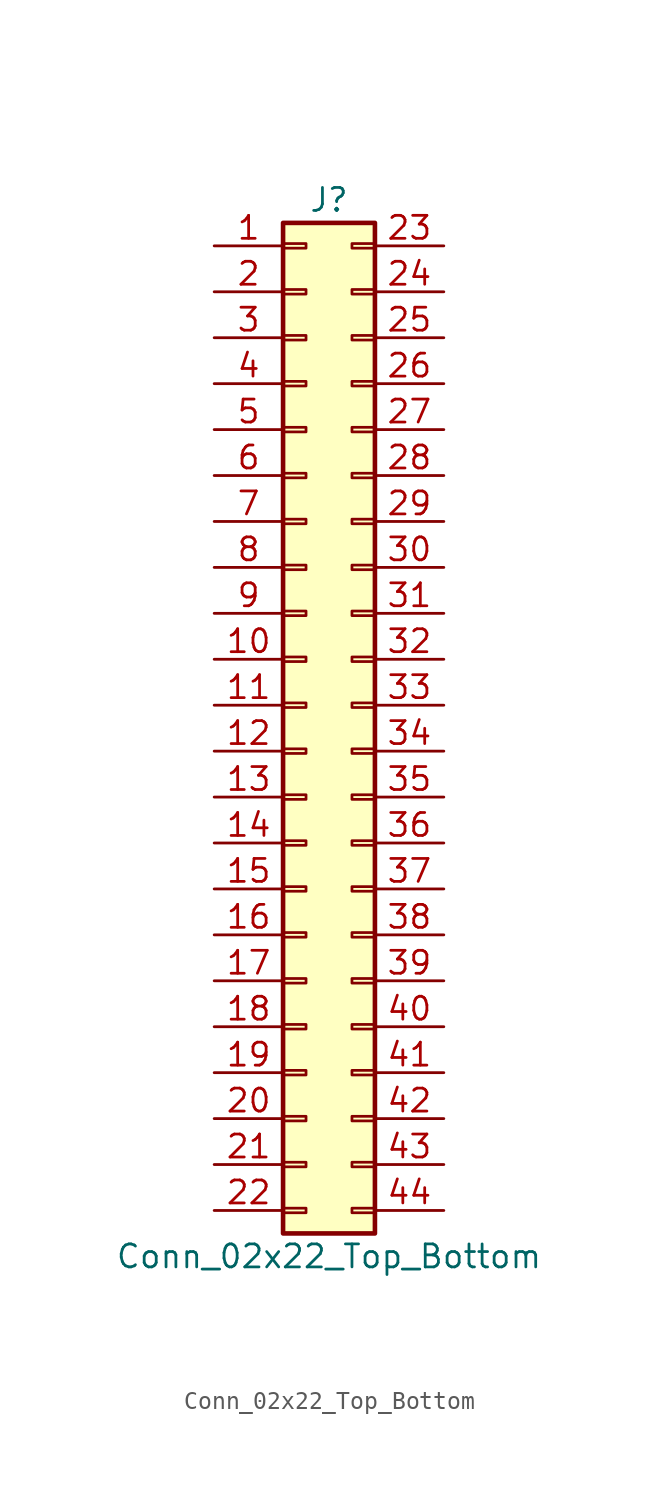
<source format=kicad_sym>
(kicad_symbol_lib
  (version 20201005)
  (generator kicad_symbol_editor)
  (symbol "Conn_02x22_Top_Bottom"
    (pin_names
      (offset 1.016) hide)
    (property "Reference" "J"
      (at 1.27 27.94 0)
      (effects (font (size 1.27 1.27))))
    (property "Value" "Conn_02x22_Top_Bottom"
      (at 1.27 -30.48 0)
      (effects (font (size 1.27 1.27))))
    (symbol "Conn_02x22_Top_Bottom_1_1"
      (rectangle (start -1.27 -27.813) (end 0 -28.067) (stroke (width 0.152)) (fill (type none)))
      (rectangle (start -1.27 -25.273) (end 0 -25.527) (stroke (width 0.152)) (fill (type none)))
      (rectangle (start -1.27 -22.733) (end 0 -22.987) (stroke (width 0.152)) (fill (type none)))
      (rectangle (start -1.27 -20.193) (end 0 -20.447) (stroke (width 0.152)) (fill (type none)))
      (rectangle (start -1.27 -17.653) (end 0 -17.907) (stroke (width 0.152)) (fill (type none)))
      (rectangle (start -1.27 -15.113) (end 0 -15.367) (stroke (width 0.152)) (fill (type none)))
      (rectangle (start -1.27 -12.573) (end 0 -12.827) (stroke (width 0.152)) (fill (type none)))
      (rectangle (start -1.27 -10.033) (end 0 -10.287) (stroke (width 0.152)) (fill (type none)))
      (rectangle (start -1.27 -7.493) (end 0 -7.747) (stroke (width 0.152)) (fill (type none)))
      (rectangle (start -1.27 -4.953) (end 0 -5.207) (stroke (width 0.152)) (fill (type none)))
      (rectangle (start -1.27 -2.413) (end 0 -2.667) (stroke (width 0.152)) (fill (type none)))
      (rectangle (start -1.27 0.127) (end 0 -0.127) (stroke (width 0.152)) (fill (type none)))
      (rectangle (start -1.27 2.667) (end 0 2.413) (stroke (width 0.152)) (fill (type none)))
      (rectangle (start -1.27 5.207) (end 0 4.953) (stroke (width 0.152)) (fill (type none)))
      (rectangle (start -1.27 7.747) (end 0 7.493) (stroke (width 0.152)) (fill (type none)))
      (rectangle (start -1.27 10.287) (end 0 10.033) (stroke (width 0.152)) (fill (type none)))
      (rectangle (start -1.27 12.827) (end 0 12.573) (stroke (width 0.152)) (fill (type none)))
      (rectangle (start -1.27 15.367) (end 0 15.113) (stroke (width 0.152)) (fill (type none)))
      (rectangle (start -1.27 17.907) (end 0 17.653) (stroke (width 0.152)) (fill (type none)))
      (rectangle (start -1.27 20.447) (end 0 20.193) (stroke (width 0.152)) (fill (type none)))
      (rectangle (start -1.27 22.987) (end 0 22.733) (stroke (width 0.152)) (fill (type none)))
      (rectangle (start -1.27 25.527) (end 0 25.273) (stroke (width 0.152)) (fill (type none)))
      (rectangle (start 3.81 -27.813) (end 2.54 -28.067) (stroke (width 0.152)) (fill (type none)))
      (rectangle (start 3.81 -25.273) (end 2.54 -25.527) (stroke (width 0.152)) (fill (type none)))
      (rectangle (start 3.81 -22.733) (end 2.54 -22.987) (stroke (width 0.152)) (fill (type none)))
      (rectangle (start 3.81 -20.193) (end 2.54 -20.447) (stroke (width 0.152)) (fill (type none)))
      (rectangle (start 3.81 -17.653) (end 2.54 -17.907) (stroke (width 0.152)) (fill (type none)))
      (rectangle (start 3.81 -15.113) (end 2.54 -15.367) (stroke (width 0.152)) (fill (type none)))
      (rectangle (start 3.81 -12.573) (end 2.54 -12.827) (stroke (width 0.152)) (fill (type none)))
      (rectangle (start 3.81 -10.033) (end 2.54 -10.287) (stroke (width 0.152)) (fill (type none)))
      (rectangle (start 3.81 -7.493) (end 2.54 -7.747) (stroke (width 0.152)) (fill (type none)))
      (rectangle (start 3.81 -4.953) (end 2.54 -5.207) (stroke (width 0.152)) (fill (type none)))
      (rectangle (start 3.81 -2.413) (end 2.54 -2.667) (stroke (width 0.152)) (fill (type none)))
      (rectangle (start 3.81 0.127) (end 2.54 -0.127) (stroke (width 0.152)) (fill (type none)))
      (rectangle (start 3.81 2.667) (end 2.54 2.413) (stroke (width 0.152)) (fill (type none)))
      (rectangle (start 3.81 5.207) (end 2.54 4.953) (stroke (width 0.152)) (fill (type none)))
      (rectangle (start 3.81 7.747) (end 2.54 7.493) (stroke (width 0.152)) (fill (type none)))
      (rectangle (start 3.81 10.287) (end 2.54 10.033) (stroke (width 0.152)) (fill (type none)))
      (rectangle (start 3.81 12.827) (end 2.54 12.573) (stroke (width 0.152)) (fill (type none)))
      (rectangle (start 3.81 15.367) (end 2.54 15.113) (stroke (width 0.152)) (fill (type none)))
      (rectangle (start 3.81 17.907) (end 2.54 17.653) (stroke (width 0.152)) (fill (type none)))
      (rectangle (start 3.81 20.447) (end 2.54 20.193) (stroke (width 0.152)) (fill (type none)))
      (rectangle (start 3.81 22.987) (end 2.54 22.733) (stroke (width 0.152)) (fill (type none)))
      (rectangle (start 3.81 25.527) (end 2.54 25.273) (stroke (width 0.152)) (fill (type none)))
      (rectangle (start -1.27 26.67) (end 3.81 -29.21) (stroke (width 0.254)) (fill (type background)))
      (pin passive line (at -5.08 25.4 0) (length 3.81) (name "Pin_1" (effects (font (size 1.27 1.27)))) (number "1" (effects (font (size 1.27 1.27)))))
      (pin passive line (at -5.08 2.54 0) (length 3.81) (name "Pin_10" (effects (font (size 1.27 1.27)))) (number "10" (effects (font (size 1.27 1.27)))))
      (pin passive line (at -5.08 0 0) (length 3.81) (name "Pin_11" (effects (font (size 1.27 1.27)))) (number "11" (effects (font (size 1.27 1.27)))))
      (pin passive line (at -5.08 -2.54 0) (length 3.81) (name "Pin_12" (effects (font (size 1.27 1.27)))) (number "12" (effects (font (size 1.27 1.27)))))
      (pin passive line (at -5.08 -5.08 0) (length 3.81) (name "Pin_13" (effects (font (size 1.27 1.27)))) (number "13" (effects (font (size 1.27 1.27)))))
      (pin passive line (at -5.08 -7.62 0) (length 3.81) (name "Pin_14" (effects (font (size 1.27 1.27)))) (number "14" (effects (font (size 1.27 1.27)))))
      (pin passive line (at -5.08 -10.16 0) (length 3.81) (name "Pin_15" (effects (font (size 1.27 1.27)))) (number "15" (effects (font (size 1.27 1.27)))))
      (pin passive line (at -5.08 -12.7 0) (length 3.81) (name "Pin_16" (effects (font (size 1.27 1.27)))) (number "16" (effects (font (size 1.27 1.27)))))
      (pin passive line (at -5.08 -15.24 0) (length 3.81) (name "Pin_17" (effects (font (size 1.27 1.27)))) (number "17" (effects (font (size 1.27 1.27)))))
      (pin passive line (at -5.08 -17.78 0) (length 3.81) (name "Pin_18" (effects (font (size 1.27 1.27)))) (number "18" (effects (font (size 1.27 1.27)))))
      (pin passive line (at -5.08 -20.32 0) (length 3.81) (name "Pin_19" (effects (font (size 1.27 1.27)))) (number "19" (effects (font (size 1.27 1.27)))))
      (pin passive line (at -5.08 22.86 0) (length 3.81) (name "Pin_2" (effects (font (size 1.27 1.27)))) (number "2" (effects (font (size 1.27 1.27)))))
      (pin passive line (at -5.08 -22.86 0) (length 3.81) (name "Pin_20" (effects (font (size 1.27 1.27)))) (number "20" (effects (font (size 1.27 1.27)))))
      (pin passive line (at -5.08 -25.4 0) (length 3.81) (name "Pin_21" (effects (font (size 1.27 1.27)))) (number "21" (effects (font (size 1.27 1.27)))))
      (pin passive line (at -5.08 -27.94 0) (length 3.81) (name "Pin_22" (effects (font (size 1.27 1.27)))) (number "22" (effects (font (size 1.27 1.27)))))
      (pin passive line (at 7.62 25.4 180) (length 3.81) (name "Pin_23" (effects (font (size 1.27 1.27)))) (number "23" (effects (font (size 1.27 1.27)))))
      (pin passive line (at 7.62 22.86 180) (length 3.81) (name "Pin_24" (effects (font (size 1.27 1.27)))) (number "24" (effects (font (size 1.27 1.27)))))
      (pin passive line (at 7.62 20.32 180) (length 3.81) (name "Pin_25" (effects (font (size 1.27 1.27)))) (number "25" (effects (font (size 1.27 1.27)))))
      (pin passive line (at 7.62 17.78 180) (length 3.81) (name "Pin_26" (effects (font (size 1.27 1.27)))) (number "26" (effects (font (size 1.27 1.27)))))
      (pin passive line (at 7.62 15.24 180) (length 3.81) (name "Pin_27" (effects (font (size 1.27 1.27)))) (number "27" (effects (font (size 1.27 1.27)))))
      (pin passive line (at 7.62 12.7 180) (length 3.81) (name "Pin_28" (effects (font (size 1.27 1.27)))) (number "28" (effects (font (size 1.27 1.27)))))
      (pin passive line (at 7.62 10.16 180) (length 3.81) (name "Pin_29" (effects (font (size 1.27 1.27)))) (number "29" (effects (font (size 1.27 1.27)))))
      (pin passive line (at -5.08 20.32 0) (length 3.81) (name "Pin_3" (effects (font (size 1.27 1.27)))) (number "3" (effects (font (size 1.27 1.27)))))
      (pin passive line (at 7.62 7.62 180) (length 3.81) (name "Pin_30" (effects (font (size 1.27 1.27)))) (number "30" (effects (font (size 1.27 1.27)))))
      (pin passive line (at 7.62 5.08 180) (length 3.81) (name "Pin_31" (effects (font (size 1.27 1.27)))) (number "31" (effects (font (size 1.27 1.27)))))
      (pin passive line (at 7.62 2.54 180) (length 3.81) (name "Pin_32" (effects (font (size 1.27 1.27)))) (number "32" (effects (font (size 1.27 1.27)))))
      (pin passive line (at 7.62 0 180) (length 3.81) (name "Pin_33" (effects (font (size 1.27 1.27)))) (number "33" (effects (font (size 1.27 1.27)))))
      (pin passive line (at 7.62 -2.54 180) (length 3.81) (name "Pin_34" (effects (font (size 1.27 1.27)))) (number "34" (effects (font (size 1.27 1.27)))))
      (pin passive line (at 7.62 -5.08 180) (length 3.81) (name "Pin_35" (effects (font (size 1.27 1.27)))) (number "35" (effects (font (size 1.27 1.27)))))
      (pin passive line (at 7.62 -7.62 180) (length 3.81) (name "Pin_36" (effects (font (size 1.27 1.27)))) (number "36" (effects (font (size 1.27 1.27)))))
      (pin passive line (at 7.62 -10.16 180) (length 3.81) (name "Pin_37" (effects (font (size 1.27 1.27)))) (number "37" (effects (font (size 1.27 1.27)))))
      (pin passive line (at 7.62 -12.7 180) (length 3.81) (name "Pin_38" (effects (font (size 1.27 1.27)))) (number "38" (effects (font (size 1.27 1.27)))))
      (pin passive line (at 7.62 -15.24 180) (length 3.81) (name "Pin_39" (effects (font (size 1.27 1.27)))) (number "39" (effects (font (size 1.27 1.27)))))
      (pin passive line (at -5.08 17.78 0) (length 3.81) (name "Pin_4" (effects (font (size 1.27 1.27)))) (number "4" (effects (font (size 1.27 1.27)))))
      (pin passive line (at 7.62 -17.78 180) (length 3.81) (name "Pin_40" (effects (font (size 1.27 1.27)))) (number "40" (effects (font (size 1.27 1.27)))))
      (pin passive line (at 7.62 -20.32 180) (length 3.81) (name "Pin_41" (effects (font (size 1.27 1.27)))) (number "41" (effects (font (size 1.27 1.27)))))
      (pin passive line (at 7.62 -22.86 180) (length 3.81) (name "Pin_42" (effects (font (size 1.27 1.27)))) (number "42" (effects (font (size 1.27 1.27)))))
      (pin passive line (at 7.62 -25.4 180) (length 3.81) (name "Pin_43" (effects (font (size 1.27 1.27)))) (number "43" (effects (font (size 1.27 1.27)))))
      (pin passive line (at 7.62 -27.94 180) (length 3.81) (name "Pin_44" (effects (font (size 1.27 1.27)))) (number "44" (effects (font (size 1.27 1.27)))))
      (pin passive line (at -5.08 15.24 0) (length 3.81) (name "Pin_5" (effects (font (size 1.27 1.27)))) (number "5" (effects (font (size 1.27 1.27)))))
      (pin passive line (at -5.08 12.7 0) (length 3.81) (name "Pin_6" (effects (font (size 1.27 1.27)))) (number "6" (effects (font (size 1.27 1.27)))))
      (pin passive line (at -5.08 10.16 0) (length 3.81) (name "Pin_7" (effects (font (size 1.27 1.27)))) (number "7" (effects (font (size 1.27 1.27)))))
      (pin passive line (at -5.08 7.62 0) (length 3.81) (name "Pin_8" (effects (font (size 1.27 1.27)))) (number "8" (effects (font (size 1.27 1.27)))))
      (pin passive line (at -5.08 5.08 0) (length 3.81) (name "Pin_9" (effects (font (size 1.27 1.27)))) (number "9" (effects (font (size 1.27 1.27))))))))
</source>
